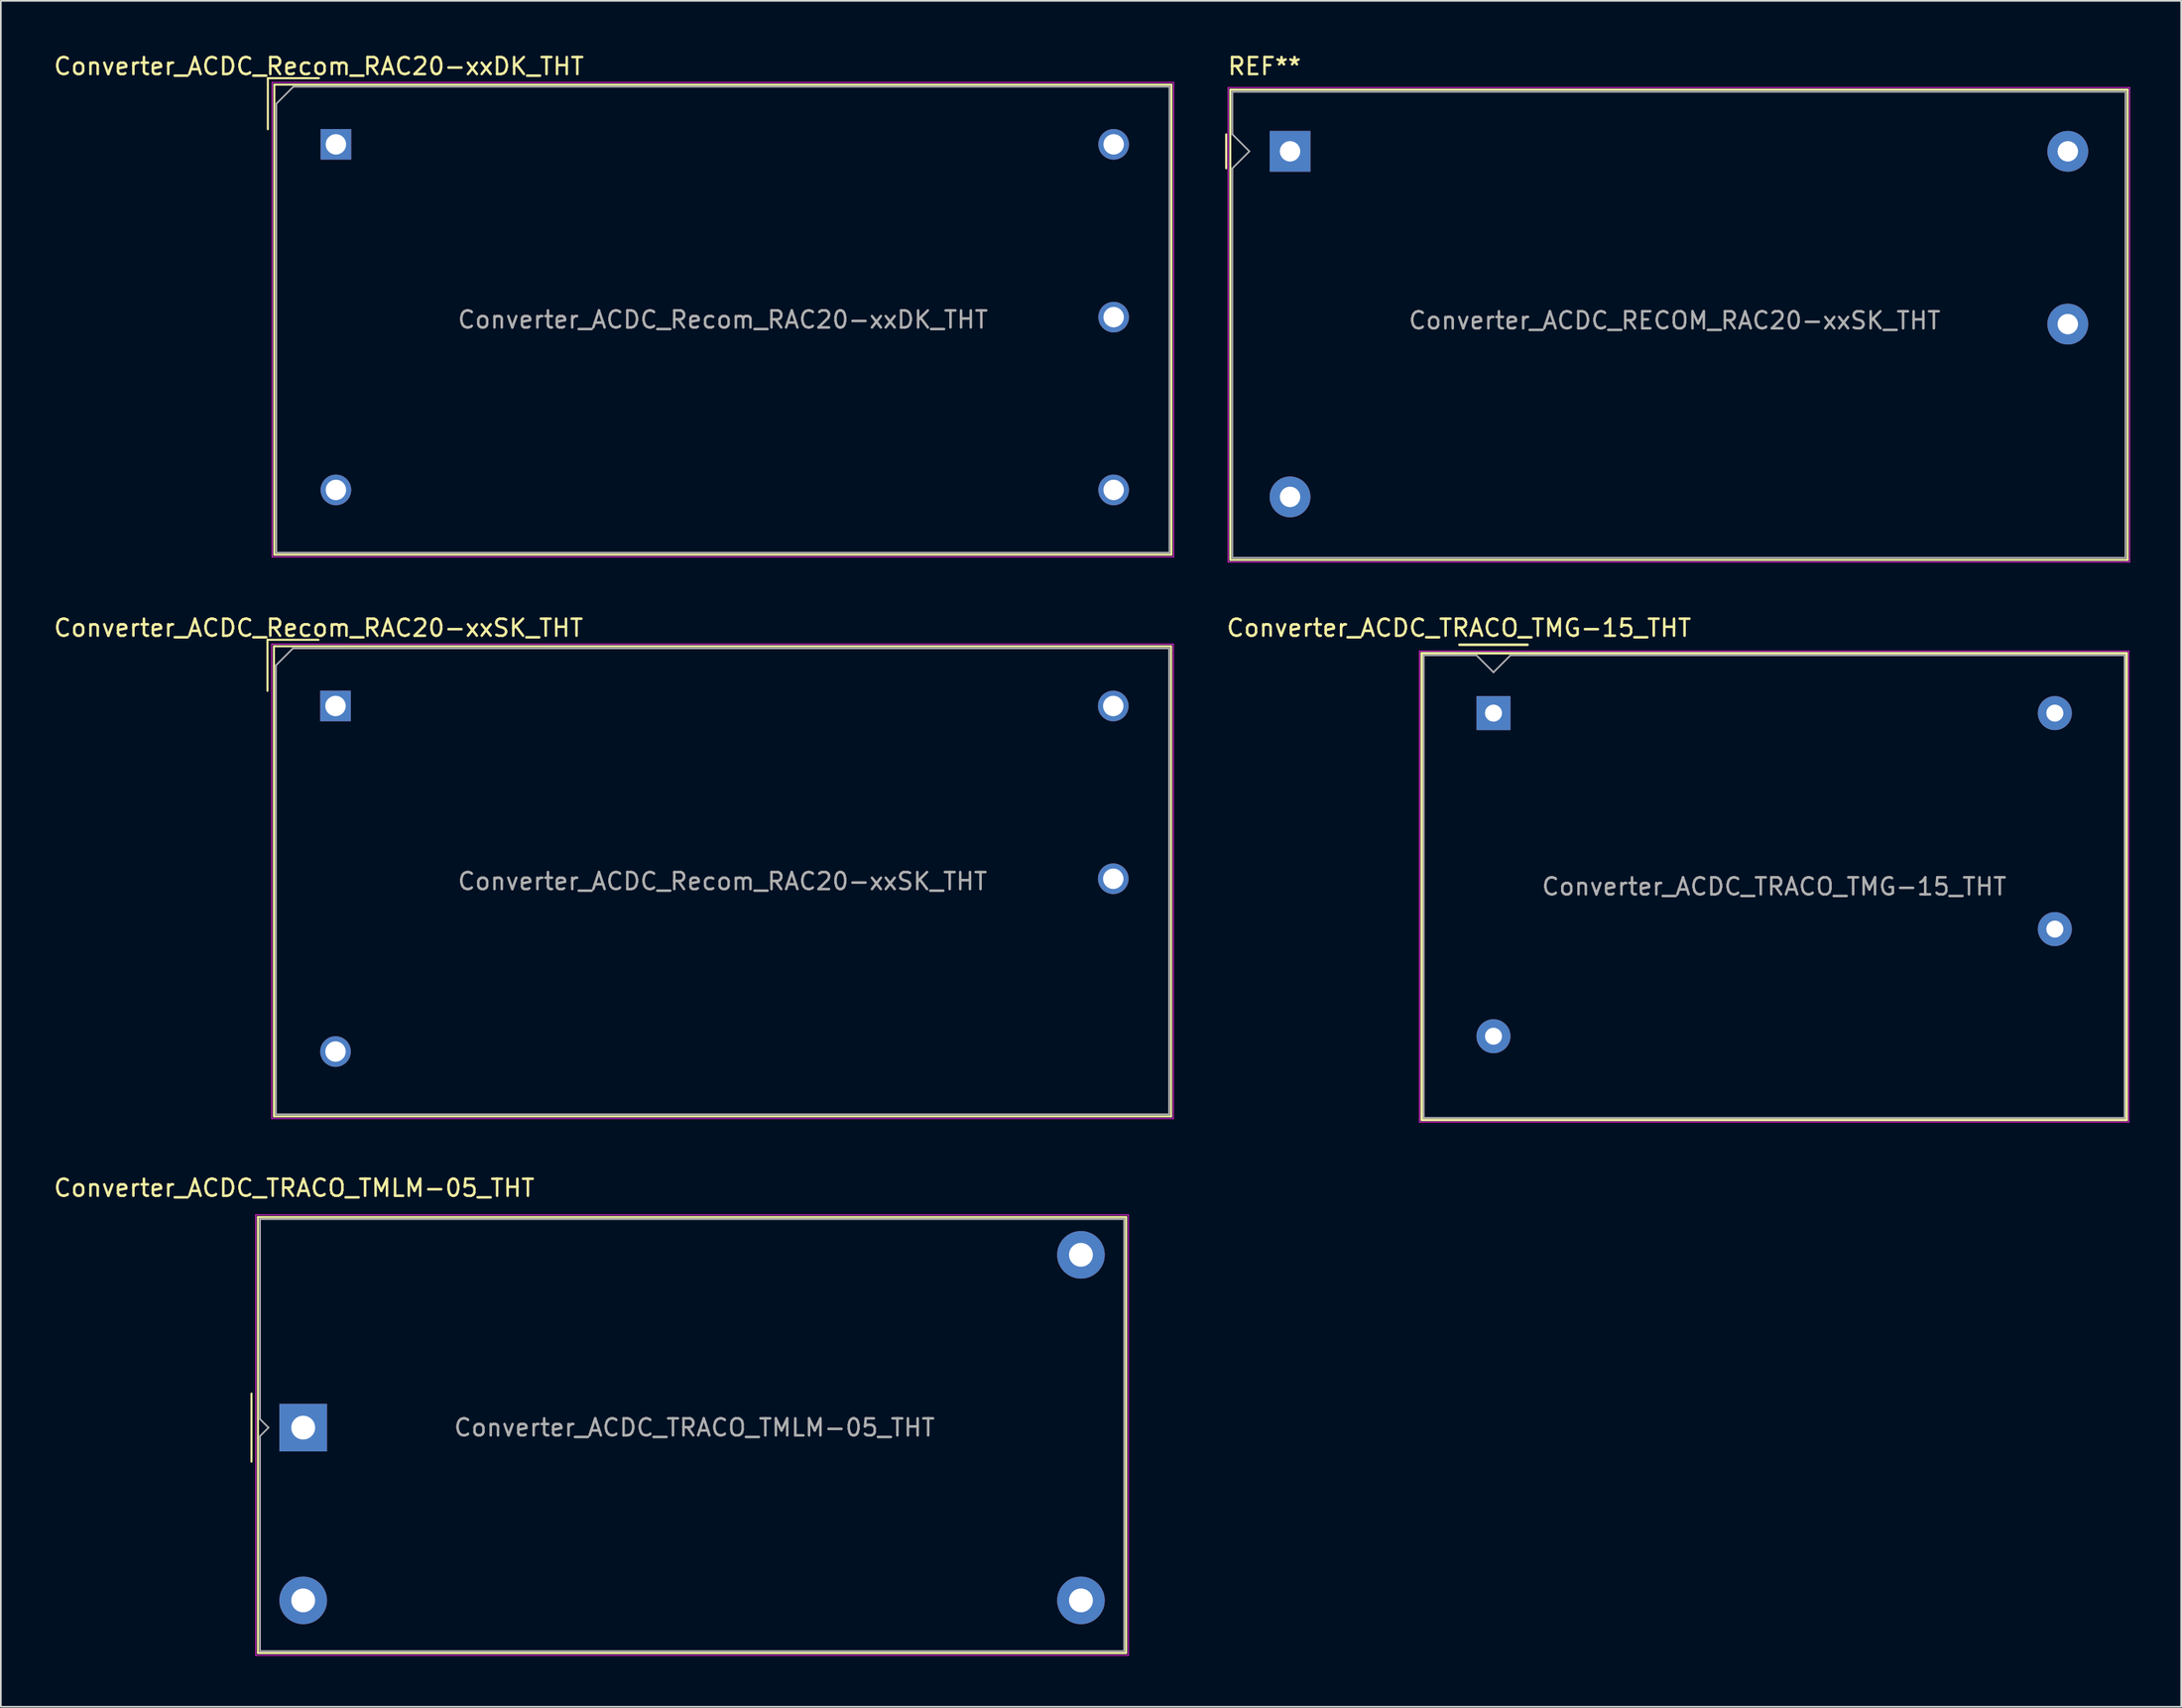
<source format=kicad_pcb>
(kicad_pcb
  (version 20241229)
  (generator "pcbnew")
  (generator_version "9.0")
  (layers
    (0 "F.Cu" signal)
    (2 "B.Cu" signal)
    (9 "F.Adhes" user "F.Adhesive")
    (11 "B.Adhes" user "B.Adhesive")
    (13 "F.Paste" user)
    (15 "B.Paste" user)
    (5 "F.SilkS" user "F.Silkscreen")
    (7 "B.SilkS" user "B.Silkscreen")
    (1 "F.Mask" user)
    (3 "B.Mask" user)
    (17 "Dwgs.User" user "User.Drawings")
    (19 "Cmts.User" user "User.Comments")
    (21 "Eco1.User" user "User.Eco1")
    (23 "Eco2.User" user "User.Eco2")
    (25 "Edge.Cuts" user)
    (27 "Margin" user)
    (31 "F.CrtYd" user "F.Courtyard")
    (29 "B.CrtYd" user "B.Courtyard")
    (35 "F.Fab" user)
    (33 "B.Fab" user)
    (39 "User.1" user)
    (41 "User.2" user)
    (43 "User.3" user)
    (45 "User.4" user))
  (footprint "Converter_ACDC_TRACO_TMG-15_THT"
    (layer "F.Cu")
    (at 84.745 38.882)
    (property "Reference" "Converter_ACDC_TRACO_TMG-15_THT" (at -2.03 -5.01 0) (layer "F.SilkS") (effects (font (size 1 1) (thickness 0.15))))
    (attr through_hole)
    (fp_line (start -4.22 -3.52) (end 37.22 -3.52) (stroke (width 0.15) (type solid)) (layer "F.SilkS"))
    (fp_line (start -4.22 23.92) (end -4.22 -3.52) (stroke (width 0.15) (type solid)) (layer "F.SilkS"))
    (fp_line (start -2 -4.02) (end 2 -4.02) (stroke (width 0.15) (type solid)) (layer "F.SilkS"))
    (fp_line (start 37.22 -3.52) (end 37.22 23.92) (stroke (width 0.15) (type solid)) (layer "F.SilkS"))
    (fp_line (start 37.22 23.92) (end -4.22 23.92) (stroke (width 0.15) (type solid)) (layer "F.SilkS"))
    (fp_line (start -4.35 -3.65) (end 37.35 -3.65) (stroke (width 0.05) (type solid)) (layer "F.CrtYd"))
    (fp_line (start -4.35 24.05) (end -4.35 -3.65) (stroke (width 0.05) (type solid)) (layer "F.CrtYd"))
    (fp_line (start 37.35 -3.65) (end 37.35 24.05) (stroke (width 0.05) (type solid)) (layer "F.CrtYd"))
    (fp_line (start 37.35 24.05) (end -4.35 24.05) (stroke (width 0.05) (type solid)) (layer "F.CrtYd"))
    (fp_line (start -4.1 -3.4) (end -1 -3.4) (stroke (width 0.1) (type solid)) (layer "F.Fab"))
    (fp_line (start -4.1 23.8) (end -4.1 -3.4) (stroke (width 0.1) (type solid)) (layer "F.Fab"))
    (fp_line (start -1 -3.4) (end 0 -2.4) (stroke (width 0.1) (type solid)) (layer "F.Fab"))
    (fp_line (start 0 -2.4) (end 1 -3.4) (stroke (width 0.1) (type solid)) (layer "F.Fab"))
    (fp_line (start 1 -3.4) (end 37.1 -3.4) (stroke (width 0.1) (type solid)) (layer "F.Fab"))
    (fp_line (start 37.1 -3.4) (end 37.1 23.8) (stroke (width 0.1) (type solid)) (layer "F.Fab"))
    (fp_line (start 37.1 23.8) (end -4.1 23.8) (stroke (width 0.1) (type solid)) (layer "F.Fab"))
    (fp_text user "${REFERENCE}" (at 16.5 10.2 0) (layer "F.Fab") (effects (font (size 1 1) (thickness 0.15))))
    (pad "1" thru_hole rect (at 0 0) (size 2 2) (drill 1) (layers "*.Cu" "*.Mask"))
    (pad "2" thru_hole circle (at 0 19) (size 2 2) (drill 1) (layers "*.Cu" "*.Mask"))
    (pad "3" thru_hole circle (at 33 0) (size 2 2) (drill 1) (layers "*.Cu" "*.Mask"))
    (pad "4" thru_hole circle (at 33 12.7) (size 2 2) (drill 1) (layers "*.Cu" "*.Mask")))
  (footprint "Converter_ACDC_RECOM_RAC20-xxSK_THT"
    (layer "F.Cu")
    (at 72.786 5.848)
    (property "Reference" "Converter_ACDC_RECOM_RAC20-xxSK_THT" (at 22.61 9.95 0) (layer "F.Fab") (effects (font (size 1 1) (thickness 0.15))))
    (attr through_hole)
    (fp_line (start -3.755 -1) (end -3.755 1) (stroke (width 0.12) (type solid)) (layer "F.SilkS"))
    (fp_line (start -3.515 -3.625) (end -3.515 24.025) (stroke (width 0.12) (type solid)) (layer "F.SilkS"))
    (fp_line (start -3.515 24.025) (end 49.235 24.025) (stroke (width 0.12) (type solid)) (layer "F.SilkS"))
    (fp_line (start 49.235 -3.625) (end -3.515 -3.625) (stroke (width 0.12) (type solid)) (layer "F.SilkS"))
    (fp_line (start 49.235 24.025) (end 49.235 -3.625) (stroke (width 0.12) (type solid)) (layer "F.SilkS"))
    (fp_line (start -3.64 -3.75) (end -3.64 24.15) (stroke (width 0.05) (type solid)) (layer "F.CrtYd"))
    (fp_line (start -3.64 24.15) (end 49.36 24.15) (stroke (width 0.05) (type solid)) (layer "F.CrtYd"))
    (fp_line (start 49.36 -3.75) (end -3.64 -3.75) (stroke (width 0.05) (type solid)) (layer "F.CrtYd"))
    (fp_line (start 49.36 24.15) (end 49.36 -3.75) (stroke (width 0.05) (type solid)) (layer "F.CrtYd"))
    (fp_line (start -3.39 -3.5) (end 49.11 -3.5) (stroke (width 0.1) (type solid)) (layer "F.Fab"))
    (fp_line (start -3.39 -1) (end -3.39 -3.5) (stroke (width 0.1) (type solid)) (layer "F.Fab"))
    (fp_line (start -3.39 1) (end -2.39 0) (stroke (width 0.1) (type solid)) (layer "F.Fab"))
    (fp_line (start -3.39 23.9) (end -3.39 1) (stroke (width 0.1) (type solid)) (layer "F.Fab"))
    (fp_line (start -2.39 0) (end -3.39 -1) (stroke (width 0.1) (type solid)) (layer "F.Fab"))
    (fp_line (start 49.11 -3.5) (end 49.11 23.9) (stroke (width 0.1) (type solid)) (layer "F.Fab"))
    (fp_line (start 49.11 23.9) (end -3.39 23.9) (stroke (width 0.1) (type solid)) (layer "F.Fab"))
    (fp_text user "REF**" (at -1.5 -5 0) (layer "F.SilkS") (effects (font (size 1 1) (thickness 0.15))))
    (pad "1" thru_hole rect (at 0 0) (size 2.4 2.4) (drill 1.2) (layers "*.Cu" "*.Mask"))
    (pad "2" thru_hole circle (at 0 20.32) (size 2.4 2.4) (drill 1.2) (layers "*.Cu" "*.Mask"))
    (pad "4" thru_hole circle (at 45.72 10.16) (size 2.4 2.4) (drill 1.2) (layers "*.Cu" "*.Mask"))
    (pad "5" thru_hole circle (at 45.72 0) (size 2.4 2.4) (drill 1.2) (layers "*.Cu" "*.Mask")))
  (footprint "Converter_ACDC_Recom_RAC20-xxDK_THT"
    (layer "F.Cu")
    (at 16.696 5.438)
    (property "Reference" "Converter_ACDC_Recom_RAC20-xxDK_THT" (at -1 -4.59 0) (layer "F.SilkS") (effects (font (size 1 1) (thickness 0.15))))
    (attr through_hole)
    (fp_line (start -4 -3.89) (end -1 -3.89) (stroke (width 0.12) (type solid)) (layer "F.SilkS"))
    (fp_line (start -4 -0.89) (end -4 -3.89) (stroke (width 0.12) (type solid)) (layer "F.SilkS"))
    (fp_line (start -3.62 -3.51) (end -3.62 24.13) (stroke (width 0.12) (type solid)) (layer "F.SilkS"))
    (fp_line (start -3.62 -3.51) (end 49.12 -3.51) (stroke (width 0.12) (type solid)) (layer "F.SilkS"))
    (fp_line (start -3.62 24.13) (end 49.12 24.13) (stroke (width 0.12) (type solid)) (layer "F.SilkS"))
    (fp_line (start 49.12 -3.51) (end 49.12 24.13) (stroke (width 0.12) (type solid)) (layer "F.SilkS"))
    (fp_line (start -3.75 -3.64) (end -3.75 24.26) (stroke (width 0.05) (type solid)) (layer "F.CrtYd"))
    (fp_line (start -3.75 -3.64) (end 49.25 -3.64) (stroke (width 0.05) (type solid)) (layer "F.CrtYd"))
    (fp_line (start -3.75 24.26) (end 49.25 24.26) (stroke (width 0.05) (type solid)) (layer "F.CrtYd"))
    (fp_line (start 49.25 -3.64) (end 49.25 24.26) (stroke (width 0.05) (type solid)) (layer "F.CrtYd"))
    (fp_line (start -3.5 -2.39) (end -2.5 -3.39) (stroke (width 0.1) (type solid)) (layer "F.Fab"))
    (fp_line (start -3.5 24.01) (end -3.5 -2.39) (stroke (width 0.1) (type solid)) (layer "F.Fab"))
    (fp_line (start -2.5 -3.39) (end 49 -3.39) (stroke (width 0.1) (type solid)) (layer "F.Fab"))
    (fp_line (start 49 -3.39) (end 49 24.01) (stroke (width 0.1) (type solid)) (layer "F.Fab"))
    (fp_line (start 49 24.01) (end -3.5 24.01) (stroke (width 0.1) (type solid)) (layer "F.Fab"))
    (fp_text user "" (at -3 0 0) (layer "F.SilkS") (effects (font (size 1 1) (thickness 0.15))))
    (fp_text user "${REFERENCE}" (at 22.75 10.31 0) (layer "F.Fab") (effects (font (size 1 1) (thickness 0.15))))
    (pad "1" thru_hole rect (at 0 0) (size 1.8 1.8) (drill 1.2) (layers "*.Cu" "*.Mask"))
    (pad "2" thru_hole circle (at 0 20.32) (size 1.8 1.8) (drill 1.2) (layers "*.Cu" "*.Mask"))
    (pad "3" thru_hole circle (at 45.72 20.32) (size 1.8 1.8) (drill 1.2) (layers "*.Cu" "*.Mask"))
    (pad "4" thru_hole circle (at 45.72 10.16) (size 1.8 1.8) (drill 1.2) (layers "*.Cu" "*.Mask"))
    (pad "5" thru_hole circle (at 45.72 0) (size 1.8 1.8) (drill 1.2) (layers "*.Cu" "*.Mask")))
  (footprint "Converter_ACDC_TRACO_TMLM-05_THT"
    (layer "F.Cu")
    (at 14.774 80.895)
    (property "Reference" "Converter_ACDC_TRACO_TMLM-05_THT" (at -0.53 -14.09 0) (layer "F.SilkS") (effects (font (size 1 1) (thickness 0.15))))
    (attr through_hole)
    (fp_line (start -3.04 -2) (end -3.04 2) (stroke (width 0.12) (type solid)) (layer "F.SilkS"))
    (fp_line (start -2.66 -12.38) (end 48.38 -12.38) (stroke (width 0.12) (type solid)) (layer "F.SilkS"))
    (fp_line (start -2.66 13.26) (end -2.66 -12.38) (stroke (width 0.12) (type solid)) (layer "F.SilkS"))
    (fp_line (start 48.38 -12.38) (end 48.38 13.26) (stroke (width 0.12) (type solid)) (layer "F.SilkS"))
    (fp_line (start 48.38 13.26) (end -2.66 13.26) (stroke (width 0.12) (type solid)) (layer "F.SilkS"))
    (fp_line (start -2.79 -12.51) (end -2.79 13.39) (stroke (width 0.05) (type solid)) (layer "F.CrtYd"))
    (fp_line (start -2.79 -12.51) (end 48.51 -12.51) (stroke (width 0.05) (type solid)) (layer "F.CrtYd"))
    (fp_line (start -2.79 13.39) (end 48.51 13.39) (stroke (width 0.05) (type solid)) (layer "F.CrtYd"))
    (fp_line (start 48.51 -12.51) (end 48.51 13.39) (stroke (width 0.05) (type solid)) (layer "F.CrtYd"))
    (fp_line (start -2.54 -12.26) (end 48.26 -12.26) (stroke (width 0.1) (type solid)) (layer "F.Fab"))
    (fp_line (start -2.54 -0.5) (end -2.54 -12.26) (stroke (width 0.1) (type solid)) (layer "F.Fab"))
    (fp_line (start -2.54 0.5) (end -2.04 0) (stroke (width 0.1) (type solid)) (layer "F.Fab"))
    (fp_line (start -2.54 13.14) (end -2.54 0.5) (stroke (width 0.1) (type solid)) (layer "F.Fab"))
    (fp_line (start -2.04 0) (end -2.54 -0.5) (stroke (width 0.1) (type solid)) (layer "F.Fab"))
    (fp_line (start 48.26 -12.26) (end 48.26 13.14) (stroke (width 0.1) (type solid)) (layer "F.Fab"))
    (fp_line (start 48.26 13.14) (end -2.54 13.14) (stroke (width 0.1) (type solid)) (layer "F.Fab"))
    (fp_text user "${REFERENCE}" (at 23 0 0) (layer "F.Fab") (effects (font (size 1 1) (thickness 0.15))))
    (pad "1" thru_hole rect (at 0 0) (size 2.8 2.8) (drill 1.4) (layers "*.Cu" "*.Mask"))
    (pad "2" thru_hole circle (at 0 10.16) (size 2.8 2.8) (drill 1.4) (layers "*.Cu" "*.Mask"))
    (pad "3" thru_hole circle (at 45.72 10.16) (size 2.8 2.8) (drill 1.4) (layers "*.Cu" "*.Mask"))
    (pad "4" thru_hole circle (at 45.72 -10.16) (size 2.8 2.8) (drill 1.4) (layers "*.Cu" "*.Mask")))
  (footprint "Converter_ACDC_Recom_RAC20-xxSK_THT"
    (layer "F.Cu")
    (at 16.673 38.462)
    (property "Reference" "Converter_ACDC_Recom_RAC20-xxSK_THT" (at -1 -4.59 0) (layer "F.SilkS") (effects (font (size 1 1) (thickness 0.15))))
    (attr through_hole)
    (fp_line (start -4 -3.89) (end -1 -3.89) (stroke (width 0.12) (type solid)) (layer "F.SilkS"))
    (fp_line (start -4 -0.89) (end -4 -3.89) (stroke (width 0.12) (type solid)) (layer "F.SilkS"))
    (fp_line (start -3.62 -3.51) (end -3.62 24.13) (stroke (width 0.12) (type solid)) (layer "F.SilkS"))
    (fp_line (start -3.62 -3.51) (end 49.12 -3.51) (stroke (width 0.12) (type solid)) (layer "F.SilkS"))
    (fp_line (start -3.62 24.13) (end 49.12 24.13) (stroke (width 0.12) (type solid)) (layer "F.SilkS"))
    (fp_line (start 49.12 -3.51) (end 49.12 24.13) (stroke (width 0.12) (type solid)) (layer "F.SilkS"))
    (fp_line (start -3.75 -3.64) (end -3.75 24.26) (stroke (width 0.05) (type solid)) (layer "F.CrtYd"))
    (fp_line (start -3.75 -3.64) (end 49.25 -3.64) (stroke (width 0.05) (type solid)) (layer "F.CrtYd"))
    (fp_line (start -3.75 24.26) (end 49.25 24.26) (stroke (width 0.05) (type solid)) (layer "F.CrtYd"))
    (fp_line (start 49.25 -3.64) (end 49.25 24.26) (stroke (width 0.05) (type solid)) (layer "F.CrtYd"))
    (fp_line (start -3.5 -2.39) (end -2.5 -3.39) (stroke (width 0.1) (type solid)) (layer "F.Fab"))
    (fp_line (start -3.5 24.01) (end -3.5 -2.39) (stroke (width 0.1) (type solid)) (layer "F.Fab"))
    (fp_line (start -2.5 -3.39) (end 49 -3.39) (stroke (width 0.1) (type solid)) (layer "F.Fab"))
    (fp_line (start 49 -3.39) (end 49 24.01) (stroke (width 0.1) (type solid)) (layer "F.Fab"))
    (fp_line (start 49 24.01) (end -3.5 24.01) (stroke (width 0.1) (type solid)) (layer "F.Fab"))
    (fp_text user "" (at -3 0 0) (layer "F.SilkS") (effects (font (size 1 1) (thickness 0.15))))
    (fp_text user "${REFERENCE}" (at 22.75 10.31 0) (layer "F.Fab") (effects (font (size 1 1) (thickness 0.15))))
    (pad "1" thru_hole rect (at 0 0) (size 1.8 1.8) (drill 1.2) (layers "*.Cu" "*.Mask"))
    (pad "2" thru_hole circle (at 0 20.32) (size 1.8 1.8) (drill 1.2) (layers "*.Cu" "*.Mask"))
    (pad "4" thru_hole circle (at 45.72 10.16) (size 1.8 1.8) (drill 1.2) (layers "*.Cu" "*.Mask"))
    (pad "5" thru_hole circle (at 45.72 0) (size 1.8 1.8) (drill 1.2) (layers "*.Cu" "*.Mask")))
  (gr_rect
    (start -3 -3)
    (end 125.171 97.31)
    (stroke (width 0.1) (type default))
    (fill no)
    (layer "Edge.Cuts")))
</source>
